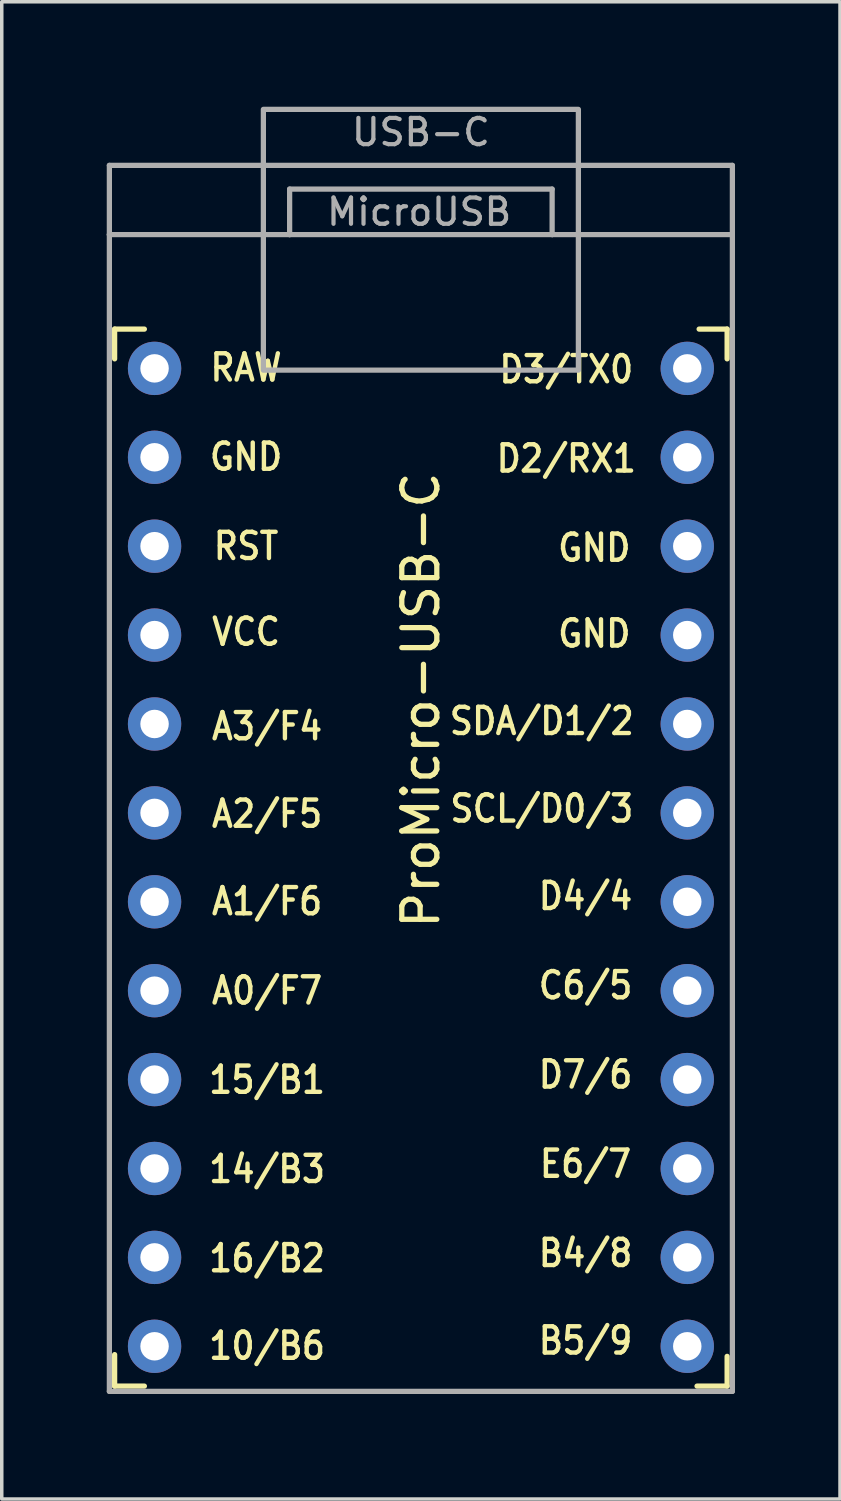
<source format=kicad_pcb>
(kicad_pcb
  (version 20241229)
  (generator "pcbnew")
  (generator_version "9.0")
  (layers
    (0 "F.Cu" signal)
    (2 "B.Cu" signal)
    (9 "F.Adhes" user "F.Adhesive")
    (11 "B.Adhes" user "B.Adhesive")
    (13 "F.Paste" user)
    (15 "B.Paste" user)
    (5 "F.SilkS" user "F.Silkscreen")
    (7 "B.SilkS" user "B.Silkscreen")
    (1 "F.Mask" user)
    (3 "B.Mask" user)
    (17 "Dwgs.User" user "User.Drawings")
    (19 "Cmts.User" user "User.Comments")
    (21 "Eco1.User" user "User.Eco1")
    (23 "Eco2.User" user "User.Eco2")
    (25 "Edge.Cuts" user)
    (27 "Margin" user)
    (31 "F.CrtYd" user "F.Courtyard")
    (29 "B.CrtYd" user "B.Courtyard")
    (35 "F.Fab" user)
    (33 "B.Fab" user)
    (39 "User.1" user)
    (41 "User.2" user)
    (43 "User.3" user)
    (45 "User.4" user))
  (footprint "ProMicro-USB-C"
    (layer "F.Cu")
    (at 8.975 21.953)
    (property "Reference" "ProMicro-USB-C" (at 0 -5 90) (layer "F.SilkS") (effects (font (size 1 1) (thickness 0.15))))
    (attr through_hole)
    (fp_line (start -8.75 -15.6) (end -8.75 -14.75) (stroke (width 0.15) (type solid)) (layer "F.SilkS"))
    (fp_line (start -8.75 -15.6) (end -7.9 -15.6) (stroke (width 0.15) (type solid)) (layer "F.SilkS"))
    (fp_line (start -8.75 13.7) (end -8.75 14.6) (stroke (width 0.15) (type solid)) (layer "F.SilkS"))
    (fp_line (start -8.75 14.6) (end -7.9 14.6) (stroke (width 0.15) (type solid)) (layer "F.SilkS"))
    (fp_line (start 8.75 -15.6) (end 7.95 -15.6) (stroke (width 0.15) (type solid)) (layer "F.SilkS"))
    (fp_line (start 8.75 -15.6) (end 8.75 -14.75) (stroke (width 0.15) (type solid)) (layer "F.SilkS"))
    (fp_line (start 8.75 13.75) (end 8.75 14.6) (stroke (width 0.15) (type solid)) (layer "F.SilkS"))
    (fp_line (start 8.75 14.6) (end 7.89 14.6) (stroke (width 0.15) (type solid)) (layer "F.SilkS"))
    (fp_line (start -8.9 -20.278) (end -8.9 -18.3) (stroke (width 0.15) (type solid)) (layer "F.Fab"))
    (fp_line (start -8.9 -20.278) (end 8.9 -20.278) (stroke (width 0.15) (type solid)) (layer "F.Fab"))
    (fp_line (start -8.9 -18.3) (end -3.75 -18.3) (stroke (width 0.15) (type solid)) (layer "F.Fab"))
    (fp_line (start -8.9 14.75) (end -8.9 -18.3) (stroke (width 0.15) (type solid)) (layer "F.Fab"))
    (fp_line (start -3.75 -19.6) (end -3.75 -18.299) (stroke (width 0.15) (type solid)) (layer "F.Fab"))
    (fp_line (start -3.75 -19.6) (end 3.75 -19.6) (stroke (width 0.15) (type solid)) (layer "F.Fab"))
    (fp_line (start -3.75 -18.3) (end 3.75 -18.3) (stroke (width 0.15) (type solid)) (layer "F.Fab"))
    (fp_line (start 3.75 -19.6) (end 3.75 -18.3) (stroke (width 0.15) (type solid)) (layer "F.Fab"))
    (fp_line (start 3.76 -18.3) (end 8.9 -18.3) (stroke (width 0.15) (type solid)) (layer "F.Fab"))
    (fp_line (start 8.9 -20.278) (end 8.9 -18.3) (stroke (width 0.15) (type solid)) (layer "F.Fab"))
    (fp_line (start 8.9 -18.3) (end 8.9 14.75) (stroke (width 0.15) (type solid)) (layer "F.Fab"))
    (fp_line (start 8.9 14.75) (end -8.9 14.75) (stroke (width 0.15) (type solid)) (layer "F.Fab"))
    (fp_rect (start -4.5 -21.878) (end 4.5 -14.428) (stroke (width 0.15) (type solid)) (fill no) (layer "F.Fab"))
    (fp_text user "15/B1" (at -4.395 5.85 0) (unlocked yes) (layer "F.SilkS") (effects (font (size 0.75 0.67) (thickness 0.125))))
    (fp_text user "A1/F6" (at -4.395 0.75 0) (unlocked yes) (layer "F.SilkS") (effects (font (size 0.75 0.67) (thickness 0.125))))
    (fp_text user "B5/9" (at 4.705 13.3 0) (unlocked yes) (layer "F.SilkS") (effects (font (size 0.75 0.67) (thickness 0.125))))
    (fp_text user "14/B3" (at -4.395 8.4 0) (unlocked yes) (layer "F.SilkS") (effects (font (size 0.75 0.67) (thickness 0.125))))
    (fp_text user "A2/F5" (at -4.395 -1.75 0) (unlocked yes) (layer "F.SilkS") (effects (font (size 0.75 0.67) (thickness 0.125))))
    (fp_text user "B4/8" (at 4.705 10.8 0) (unlocked yes) (layer "F.SilkS") (effects (font (size 0.75 0.67) (thickness 0.125))))
    (fp_text user "GND" (at 4.955 -9.35 0) (unlocked yes) (layer "F.SilkS") (effects (font (size 0.75 0.67) (thickness 0.125))))
    (fp_text user "D7/6" (at 4.705 5.7 0) (unlocked yes) (layer "F.SilkS") (effects (font (size 0.75 0.67) (thickness 0.125))))
    (fp_text user "SCL/D0/3" (at 3.455 -1.9 0) (unlocked yes) (layer "F.SilkS") (effects (font (size 0.75 0.67) (thickness 0.125))))
    (fp_text user "RST" (at -4.995 -9.4 0) (unlocked yes) (layer "F.SilkS") (effects (font (size 0.75 0.67) (thickness 0.125))))
    (fp_text user "10/B6" (at -4.395 13.45 0) (unlocked yes) (layer "F.SilkS") (effects (font (size 0.75 0.67) (thickness 0.125))))
    (fp_text user "GND" (at 4.955 -6.9 0) (unlocked yes) (layer "F.SilkS") (effects (font (size 0.75 0.67) (thickness 0.125))))
    (fp_text user "D2/RX1" (at 4.155 -11.9 0) (unlocked yes) (layer "F.SilkS") (effects (font (size 0.75 0.67) (thickness 0.125))))
    (fp_text user "SDA/D1/2" (at 3.455 -4.4 0) (unlocked yes) (layer "F.SilkS") (effects (font (size 0.75 0.67) (thickness 0.125))))
    (fp_text user "A0/F7" (at -4.395 3.3 0) (unlocked yes) (layer "F.SilkS") (effects (font (size 0.75 0.67) (thickness 0.125))))
    (fp_text user "D4/4" (at 4.705 0.6 0) (unlocked yes) (layer "F.SilkS") (effects (font (size 0.75 0.67) (thickness 0.125))))
    (fp_text user "D3/TX0" (at 4.155 -14.45 0) (unlocked yes) (layer "F.SilkS") (effects (font (size 0.75 0.67) (thickness 0.125))))
    (fp_text user "VCC" (at -4.995 -6.95 0) (unlocked yes) (layer "F.SilkS") (effects (font (size 0.75 0.67) (thickness 0.125))))
    (fp_text user "RAW" (at -4.995 -14.5 0) (unlocked yes) (layer "F.SilkS") (effects (font (size 0.75 0.67) (thickness 0.125))))
    (fp_text user "C6/5" (at 4.705 3.15 0) (unlocked yes) (layer "F.SilkS") (effects (font (size 0.75 0.67) (thickness 0.125))))
    (fp_text user "A3/F4" (at -4.395 -4.25 0) (unlocked yes) (layer "F.SilkS") (effects (font (size 0.75 0.67) (thickness 0.125))))
    (fp_text user "16/B2" (at -4.395 10.95 0) (unlocked yes) (layer "F.SilkS") (effects (font (size 0.75 0.67) (thickness 0.125))))
    (fp_text user "E6/7" (at 4.705 8.25 0) (unlocked yes) (layer "F.SilkS") (effects (font (size 0.75 0.67) (thickness 0.125))))
    (fp_text user "GND" (at -4.995 -11.95 0) (unlocked yes) (layer "F.SilkS") (effects (font (size 0.75 0.67) (thickness 0.125))))
    (fp_text user "USB-C" (at 0 -21.225 0) (layer "F.Fab") (effects (font (size 0.75 0.75) (thickness 0.12))))
    (fp_text user "MicroUSB" (at -0.05 -18.95 0) (layer "F.Fab") (effects (font (size 0.75 0.75) (thickness 0.12))))
    (pad "1" thru_hole circle (at 7.611 -14.478) (size 1.524 1.524) (drill 0.813) (layers "*.Cu" "*.Mask"))
    (pad "2" thru_hole circle (at 7.611 -11.938) (size 1.524 1.524) (drill 0.813) (layers "*.Cu" "*.Mask"))
    (pad "3" thru_hole circle (at 7.611 -9.398) (size 1.524 1.524) (drill 0.813) (layers "*.Cu" "*.Mask"))
    (pad "4" thru_hole circle (at 7.611 -6.858) (size 1.524 1.524) (drill 0.813) (layers "*.Cu" "*.Mask"))
    (pad "5" thru_hole circle (at 7.611 -4.318) (size 1.524 1.524) (drill 0.813) (layers "*.Cu" "*.Mask"))
    (pad "6" thru_hole circle (at 7.611 -1.778) (size 1.524 1.524) (drill 0.813) (layers "*.Cu" "*.Mask"))
    (pad "7" thru_hole circle (at 7.611 0.762) (size 1.524 1.524) (drill 0.813) (layers "*.Cu" "*.Mask"))
    (pad "8" thru_hole circle (at 7.611 3.302) (size 1.524 1.524) (drill 0.813) (layers "*.Cu" "*.Mask"))
    (pad "9" thru_hole circle (at 7.611 5.842) (size 1.524 1.524) (drill 0.813) (layers "*.Cu" "*.Mask"))
    (pad "10" thru_hole circle (at 7.611 8.382) (size 1.524 1.524) (drill 0.813) (layers "*.Cu" "*.Mask"))
    (pad "11" thru_hole circle (at 7.611 10.922) (size 1.524 1.524) (drill 0.813) (layers "*.Cu" "*.Mask"))
    (pad "12" thru_hole circle (at 7.611 13.462) (size 1.524 1.524) (drill 0.813) (layers "*.Cu" "*.Mask"))
    (pad "13" thru_hole circle (at -7.609 13.462) (size 1.524 1.524) (drill 0.813) (layers "*.Cu" "*.Mask"))
    (pad "14" thru_hole circle (at -7.609 10.922) (size 1.524 1.524) (drill 0.813) (layers "*.Cu" "*.Mask"))
    (pad "15" thru_hole circle (at -7.609 8.382) (size 1.524 1.524) (drill 0.813) (layers "*.Cu" "*.Mask"))
    (pad "16" thru_hole circle (at -7.609 5.842) (size 1.524 1.524) (drill 0.813) (layers "*.Cu" "*.Mask"))
    (pad "17" thru_hole circle (at -7.609 3.302) (size 1.524 1.524) (drill 0.813) (layers "*.Cu" "*.Mask"))
    (pad "18" thru_hole circle (at -7.609 0.762) (size 1.524 1.524) (drill 0.813) (layers "*.Cu" "*.Mask"))
    (pad "19" thru_hole circle (at -7.609 -1.778) (size 1.524 1.524) (drill 0.813) (layers "*.Cu" "*.Mask"))
    (pad "20" thru_hole circle (at -7.609 -4.318) (size 1.524 1.524) (drill 0.813) (layers "*.Cu" "*.Mask"))
    (pad "21" thru_hole circle (at -7.609 -6.858) (size 1.524 1.524) (drill 0.813) (layers "*.Cu" "*.Mask"))
    (pad "22" thru_hole circle (at -7.609 -9.398) (size 1.524 1.524) (drill 0.813) (layers "*.Cu" "*.Mask"))
    (pad "23" thru_hole circle (at -7.609 -11.938) (size 1.524 1.524) (drill 0.813) (layers "*.Cu" "*.Mask"))
    (pad "24" thru_hole circle (at -7.609 -14.478) (size 1.524 1.524) (drill 0.813) (layers "*.Cu" "*.Mask")))
  (gr_rect
    (start -3 -3)
    (end 20.95 39.778)
    (stroke (width 0.1) (type default))
    (fill no)
    (layer "Edge.Cuts")))
</source>
